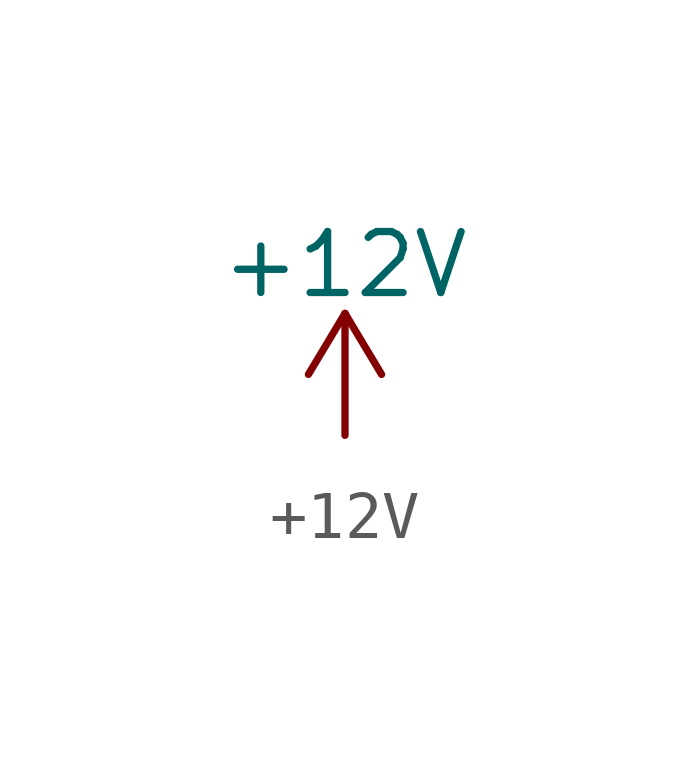
<source format=kicad_sym>
(kicad_symbol_lib
  (version 20211014)
  (generator kicad_symbol_editor)
  (symbol "+12V"
    (power)
    (pin_names
      (offset 0))
    (property "Reference" "#PWR"
      (at 0 -3.81 0)
      (effects (font (size 1.27 1.27)) hide))
    (property "Value" "+12V"
      (at 0 3.556 0)
      (effects (font (size 1.27 1.27))))
    (symbol "+12V_0_1"
      (polyline (pts (xy -0.762 1.27) (xy 0 2.54)) (stroke (width 0) (type default) (color 0 0 0 0)) (fill (type none)))
      (polyline (pts (xy 0 0) (xy 0 2.54)) (stroke (width 0) (type default) (color 0 0 0 0)) (fill (type none)))
      (polyline (pts (xy 0 2.54) (xy 0.762 1.27)) (stroke (width 0) (type default) (color 0 0 0 0)) (fill (type none))))
    (symbol "+12V_1_1"
      (pin power_in line (at 0 0 90) (length 0) hide (name "+12V" (effects (font (size 1.27 1.27)))) (number "1" (effects (font (size 1.27 1.27))))))))
</source>
